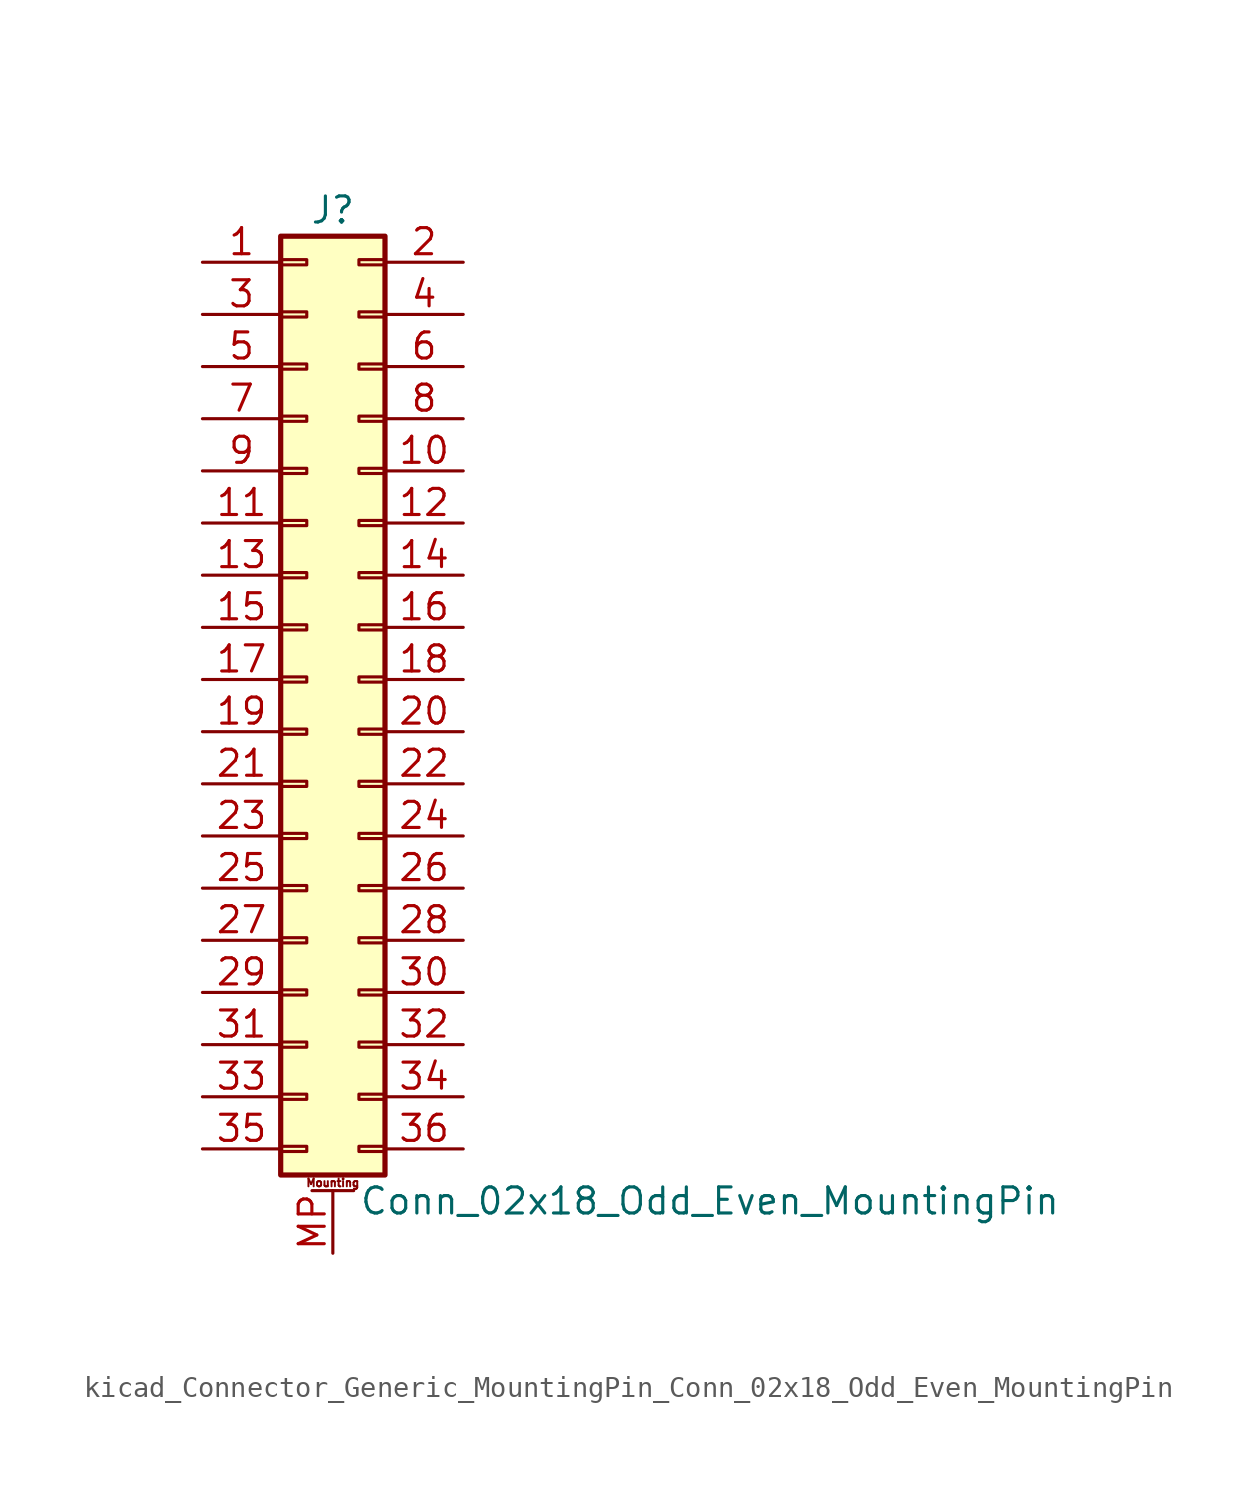
<source format=kicad_sym>
(kicad_symbol_lib
  (version 20220914)
  (generator kicad_symbol_editor)
  (symbol "kicad_Connector_Generic_MountingPin_Conn_02x18_Odd_Even_MountingPin"
    (pin_names
      (offset 1.016) hide)
    (property "Reference" "J"
      (at 1.27 22.86 0)
      (effects (font (size 1.27 1.27))))
    (property "Value" "Conn_02x18_Odd_Even_MountingPin"
      (at 2.54 -25.4 0)
      (effects (font (size 1.27 1.27)) (justify left)))
    (symbol "kicad_Connector_Generic_MountingPin_Conn_02x18_Odd_Even_MountingPin_1_1"
      (rectangle (start -1.27 -22.733) (end 0 -22.987) (stroke (width 0.152) (type default)) (fill (type none)))
      (rectangle (start -1.27 -20.193) (end 0 -20.447) (stroke (width 0.152) (type default)) (fill (type none)))
      (rectangle (start -1.27 -17.653) (end 0 -17.907) (stroke (width 0.152) (type default)) (fill (type none)))
      (rectangle (start -1.27 -15.113) (end 0 -15.367) (stroke (width 0.152) (type default)) (fill (type none)))
      (rectangle (start -1.27 -12.573) (end 0 -12.827) (stroke (width 0.152) (type default)) (fill (type none)))
      (rectangle (start -1.27 -10.033) (end 0 -10.287) (stroke (width 0.152) (type default)) (fill (type none)))
      (rectangle (start -1.27 -7.493) (end 0 -7.747) (stroke (width 0.152) (type default)) (fill (type none)))
      (rectangle (start -1.27 -4.953) (end 0 -5.207) (stroke (width 0.152) (type default)) (fill (type none)))
      (rectangle (start -1.27 -2.413) (end 0 -2.667) (stroke (width 0.152) (type default)) (fill (type none)))
      (rectangle (start -1.27 0.127) (end 0 -0.127) (stroke (width 0.152) (type default)) (fill (type none)))
      (rectangle (start -1.27 2.667) (end 0 2.413) (stroke (width 0.152) (type default)) (fill (type none)))
      (rectangle (start -1.27 5.207) (end 0 4.953) (stroke (width 0.152) (type default)) (fill (type none)))
      (rectangle (start -1.27 7.747) (end 0 7.493) (stroke (width 0.152) (type default)) (fill (type none)))
      (rectangle (start -1.27 10.287) (end 0 10.033) (stroke (width 0.152) (type default)) (fill (type none)))
      (rectangle (start -1.27 12.827) (end 0 12.573) (stroke (width 0.152) (type default)) (fill (type none)))
      (rectangle (start -1.27 15.367) (end 0 15.113) (stroke (width 0.152) (type default)) (fill (type none)))
      (rectangle (start -1.27 17.907) (end 0 17.653) (stroke (width 0.152) (type default)) (fill (type none)))
      (rectangle (start -1.27 20.447) (end 0 20.193) (stroke (width 0.152) (type default)) (fill (type none)))
      (rectangle (start -1.27 21.59) (end 3.81 -24.13) (stroke (width 0.254) (type default)) (fill (type background)))
      (polyline (pts (xy 0.254 -24.892) (xy 2.286 -24.892)) (stroke (width 0.152) (type default)) (fill (type none)))
      (rectangle (start 3.81 -22.733) (end 2.54 -22.987) (stroke (width 0.152) (type default)) (fill (type none)))
      (rectangle (start 3.81 -20.193) (end 2.54 -20.447) (stroke (width 0.152) (type default)) (fill (type none)))
      (rectangle (start 3.81 -17.653) (end 2.54 -17.907) (stroke (width 0.152) (type default)) (fill (type none)))
      (rectangle (start 3.81 -15.113) (end 2.54 -15.367) (stroke (width 0.152) (type default)) (fill (type none)))
      (rectangle (start 3.81 -12.573) (end 2.54 -12.827) (stroke (width 0.152) (type default)) (fill (type none)))
      (rectangle (start 3.81 -10.033) (end 2.54 -10.287) (stroke (width 0.152) (type default)) (fill (type none)))
      (rectangle (start 3.81 -7.493) (end 2.54 -7.747) (stroke (width 0.152) (type default)) (fill (type none)))
      (rectangle (start 3.81 -4.953) (end 2.54 -5.207) (stroke (width 0.152) (type default)) (fill (type none)))
      (rectangle (start 3.81 -2.413) (end 2.54 -2.667) (stroke (width 0.152) (type default)) (fill (type none)))
      (rectangle (start 3.81 0.127) (end 2.54 -0.127) (stroke (width 0.152) (type default)) (fill (type none)))
      (rectangle (start 3.81 2.667) (end 2.54 2.413) (stroke (width 0.152) (type default)) (fill (type none)))
      (rectangle (start 3.81 5.207) (end 2.54 4.953) (stroke (width 0.152) (type default)) (fill (type none)))
      (rectangle (start 3.81 7.747) (end 2.54 7.493) (stroke (width 0.152) (type default)) (fill (type none)))
      (rectangle (start 3.81 10.287) (end 2.54 10.033) (stroke (width 0.152) (type default)) (fill (type none)))
      (rectangle (start 3.81 12.827) (end 2.54 12.573) (stroke (width 0.152) (type default)) (fill (type none)))
      (rectangle (start 3.81 15.367) (end 2.54 15.113) (stroke (width 0.152) (type default)) (fill (type none)))
      (rectangle (start 3.81 17.907) (end 2.54 17.653) (stroke (width 0.152) (type default)) (fill (type none)))
      (rectangle (start 3.81 20.447) (end 2.54 20.193) (stroke (width 0.152) (type default)) (fill (type none)))
      (text "Mounting" (at 1.27 -24.511 0) (effects (font (size 0.381 0.381))))
      (pin passive line (at -5.08 20.32 0) (length 3.81) (name "Pin_1" (effects (font (size 1.27 1.27)))) (number "1" (effects (font (size 1.27 1.27)))))
      (pin passive line (at 7.62 10.16 180) (length 3.81) (name "Pin_10" (effects (font (size 1.27 1.27)))) (number "10" (effects (font (size 1.27 1.27)))))
      (pin passive line (at -5.08 7.62 0) (length 3.81) (name "Pin_11" (effects (font (size 1.27 1.27)))) (number "11" (effects (font (size 1.27 1.27)))))
      (pin passive line (at 7.62 7.62 180) (length 3.81) (name "Pin_12" (effects (font (size 1.27 1.27)))) (number "12" (effects (font (size 1.27 1.27)))))
      (pin passive line (at -5.08 5.08 0) (length 3.81) (name "Pin_13" (effects (font (size 1.27 1.27)))) (number "13" (effects (font (size 1.27 1.27)))))
      (pin passive line (at 7.62 5.08 180) (length 3.81) (name "Pin_14" (effects (font (size 1.27 1.27)))) (number "14" (effects (font (size 1.27 1.27)))))
      (pin passive line (at -5.08 2.54 0) (length 3.81) (name "Pin_15" (effects (font (size 1.27 1.27)))) (number "15" (effects (font (size 1.27 1.27)))))
      (pin passive line (at 7.62 2.54 180) (length 3.81) (name "Pin_16" (effects (font (size 1.27 1.27)))) (number "16" (effects (font (size 1.27 1.27)))))
      (pin passive line (at -5.08 0 0) (length 3.81) (name "Pin_17" (effects (font (size 1.27 1.27)))) (number "17" (effects (font (size 1.27 1.27)))))
      (pin passive line (at 7.62 0 180) (length 3.81) (name "Pin_18" (effects (font (size 1.27 1.27)))) (number "18" (effects (font (size 1.27 1.27)))))
      (pin passive line (at -5.08 -2.54 0) (length 3.81) (name "Pin_19" (effects (font (size 1.27 1.27)))) (number "19" (effects (font (size 1.27 1.27)))))
      (pin passive line (at 7.62 20.32 180) (length 3.81) (name "Pin_2" (effects (font (size 1.27 1.27)))) (number "2" (effects (font (size 1.27 1.27)))))
      (pin passive line (at 7.62 -2.54 180) (length 3.81) (name "Pin_20" (effects (font (size 1.27 1.27)))) (number "20" (effects (font (size 1.27 1.27)))))
      (pin passive line (at -5.08 -5.08 0) (length 3.81) (name "Pin_21" (effects (font (size 1.27 1.27)))) (number "21" (effects (font (size 1.27 1.27)))))
      (pin passive line (at 7.62 -5.08 180) (length 3.81) (name "Pin_22" (effects (font (size 1.27 1.27)))) (number "22" (effects (font (size 1.27 1.27)))))
      (pin passive line (at -5.08 -7.62 0) (length 3.81) (name "Pin_23" (effects (font (size 1.27 1.27)))) (number "23" (effects (font (size 1.27 1.27)))))
      (pin passive line (at 7.62 -7.62 180) (length 3.81) (name "Pin_24" (effects (font (size 1.27 1.27)))) (number "24" (effects (font (size 1.27 1.27)))))
      (pin passive line (at -5.08 -10.16 0) (length 3.81) (name "Pin_25" (effects (font (size 1.27 1.27)))) (number "25" (effects (font (size 1.27 1.27)))))
      (pin passive line (at 7.62 -10.16 180) (length 3.81) (name "Pin_26" (effects (font (size 1.27 1.27)))) (number "26" (effects (font (size 1.27 1.27)))))
      (pin passive line (at -5.08 -12.7 0) (length 3.81) (name "Pin_27" (effects (font (size 1.27 1.27)))) (number "27" (effects (font (size 1.27 1.27)))))
      (pin passive line (at 7.62 -12.7 180) (length 3.81) (name "Pin_28" (effects (font (size 1.27 1.27)))) (number "28" (effects (font (size 1.27 1.27)))))
      (pin passive line (at -5.08 -15.24 0) (length 3.81) (name "Pin_29" (effects (font (size 1.27 1.27)))) (number "29" (effects (font (size 1.27 1.27)))))
      (pin passive line (at -5.08 17.78 0) (length 3.81) (name "Pin_3" (effects (font (size 1.27 1.27)))) (number "3" (effects (font (size 1.27 1.27)))))
      (pin passive line (at 7.62 -15.24 180) (length 3.81) (name "Pin_30" (effects (font (size 1.27 1.27)))) (number "30" (effects (font (size 1.27 1.27)))))
      (pin passive line (at -5.08 -17.78 0) (length 3.81) (name "Pin_31" (effects (font (size 1.27 1.27)))) (number "31" (effects (font (size 1.27 1.27)))))
      (pin passive line (at 7.62 -17.78 180) (length 3.81) (name "Pin_32" (effects (font (size 1.27 1.27)))) (number "32" (effects (font (size 1.27 1.27)))))
      (pin passive line (at -5.08 -20.32 0) (length 3.81) (name "Pin_33" (effects (font (size 1.27 1.27)))) (number "33" (effects (font (size 1.27 1.27)))))
      (pin passive line (at 7.62 -20.32 180) (length 3.81) (name "Pin_34" (effects (font (size 1.27 1.27)))) (number "34" (effects (font (size 1.27 1.27)))))
      (pin passive line (at -5.08 -22.86 0) (length 3.81) (name "Pin_35" (effects (font (size 1.27 1.27)))) (number "35" (effects (font (size 1.27 1.27)))))
      (pin passive line (at 7.62 -22.86 180) (length 3.81) (name "Pin_36" (effects (font (size 1.27 1.27)))) (number "36" (effects (font (size 1.27 1.27)))))
      (pin passive line (at 7.62 17.78 180) (length 3.81) (name "Pin_4" (effects (font (size 1.27 1.27)))) (number "4" (effects (font (size 1.27 1.27)))))
      (pin passive line (at -5.08 15.24 0) (length 3.81) (name "Pin_5" (effects (font (size 1.27 1.27)))) (number "5" (effects (font (size 1.27 1.27)))))
      (pin passive line (at 7.62 15.24 180) (length 3.81) (name "Pin_6" (effects (font (size 1.27 1.27)))) (number "6" (effects (font (size 1.27 1.27)))))
      (pin passive line (at -5.08 12.7 0) (length 3.81) (name "Pin_7" (effects (font (size 1.27 1.27)))) (number "7" (effects (font (size 1.27 1.27)))))
      (pin passive line (at 7.62 12.7 180) (length 3.81) (name "Pin_8" (effects (font (size 1.27 1.27)))) (number "8" (effects (font (size 1.27 1.27)))))
      (pin passive line (at -5.08 10.16 0) (length 3.81) (name "Pin_9" (effects (font (size 1.27 1.27)))) (number "9" (effects (font (size 1.27 1.27)))))
      (pin passive line (at 1.27 -27.94 90) (length 3.048) (name "MountPin" (effects (font (size 1.27 1.27)))) (number "MP" (effects (font (size 1.27 1.27))))))))
</source>
